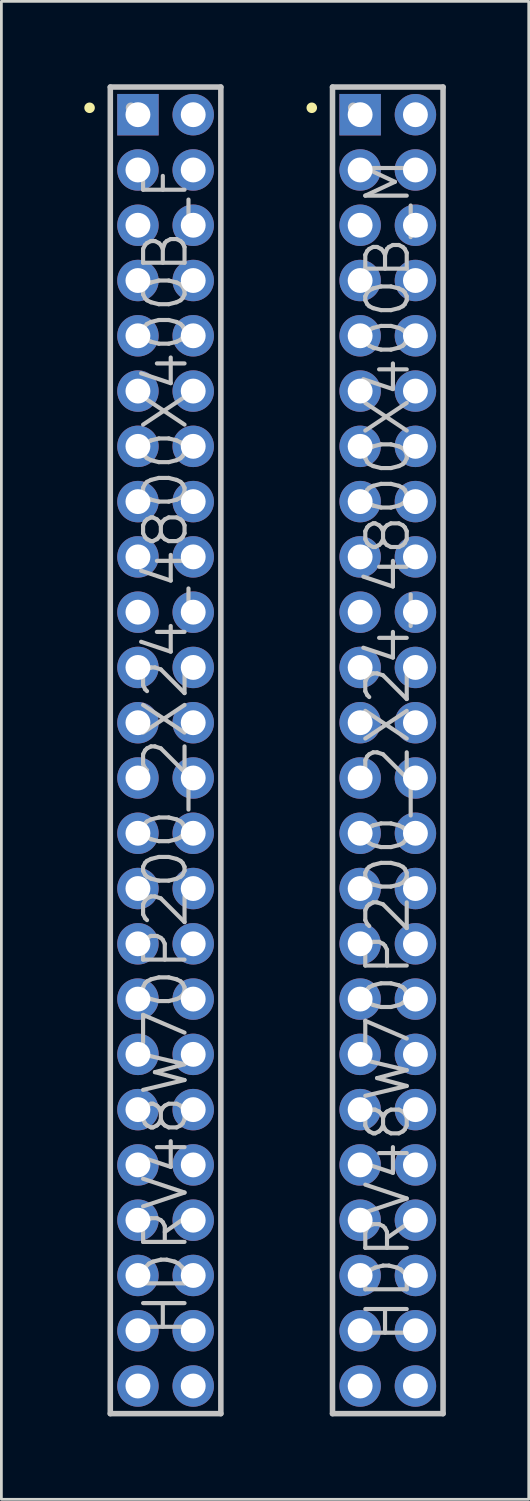
<source format=kicad_pcb>
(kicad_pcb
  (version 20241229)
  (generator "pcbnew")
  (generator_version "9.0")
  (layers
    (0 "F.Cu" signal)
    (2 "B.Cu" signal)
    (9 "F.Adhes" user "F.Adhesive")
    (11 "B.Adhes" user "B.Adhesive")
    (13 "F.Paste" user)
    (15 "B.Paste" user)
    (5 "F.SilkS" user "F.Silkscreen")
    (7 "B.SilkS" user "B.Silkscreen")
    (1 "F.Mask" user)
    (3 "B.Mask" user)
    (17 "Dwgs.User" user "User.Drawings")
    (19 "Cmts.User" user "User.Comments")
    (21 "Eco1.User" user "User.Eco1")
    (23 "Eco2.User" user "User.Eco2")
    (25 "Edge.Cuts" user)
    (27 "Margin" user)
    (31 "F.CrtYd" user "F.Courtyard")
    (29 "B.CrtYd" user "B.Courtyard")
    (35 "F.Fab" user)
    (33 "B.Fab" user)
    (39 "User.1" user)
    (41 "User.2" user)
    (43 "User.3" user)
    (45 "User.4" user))
  (footprint "HDRV48W70P200_2X24_4800X400B_F"
    (layer "F.Cu")
    (at 2.941 24.1)
    (property "Reference" "HDRV48W70P200_2X24_4800X400B_F" (at 0 0 90) (layer "Dwgs.User") (effects (font (size 1.5 1.5) (thickness 0.15))))
    (attr through_hole)
    (fp_line (start -2.75 -23.25) (end -2.75 -23.25) (stroke (width 0.381) (type solid)) (layer "F.SilkS"))
    (fp_line (start -2 -24) (end -2 24) (stroke (width 0.2) (type solid)) (layer "Dwgs.User"))
    (fp_line (start -2 -24) (end 2 -24) (stroke (width 0.2) (type solid)) (layer "Dwgs.User"))
    (fp_line (start -2 24) (end 2 24) (stroke (width 0.2) (type solid)) (layer "Dwgs.User"))
    (fp_line (start -1.25 -23.25) (end -1.25 -23.25) (stroke (width 0.381) (type solid)) (layer "Dwgs.User"))
    (fp_line (start 2 -24) (end 2 24) (stroke (width 0.2) (type solid)) (layer "Dwgs.User"))
    (pad "1" thru_hole rect (at -1 -23) (size 1.5 1.5) (drill 0.9) (layers "*.Cu" "*.Mask"))
    (pad "2" thru_hole circle (at 1 -23 270) (size 1.5 1.5) (drill 0.9) (layers "*.Cu" "*.Mask"))
    (pad "3" thru_hole circle (at -1 -21 270) (size 1.5 1.5) (drill 0.9) (layers "*.Cu" "*.Mask"))
    (pad "4" thru_hole circle (at 1 -21 270) (size 1.5 1.5) (drill 0.9) (layers "*.Cu" "*.Mask"))
    (pad "5" thru_hole circle (at -1 -19 270) (size 1.5 1.5) (drill 0.9) (layers "*.Cu" "*.Mask"))
    (pad "6" thru_hole circle (at 1 -19 270) (size 1.5 1.5) (drill 0.9) (layers "*.Cu" "*.Mask"))
    (pad "7" thru_hole circle (at -1 -17 270) (size 1.5 1.5) (drill 0.9) (layers "*.Cu" "*.Mask"))
    (pad "8" thru_hole circle (at 1 -17 270) (size 1.5 1.5) (drill 0.9) (layers "*.Cu" "*.Mask"))
    (pad "9" thru_hole circle (at -1 -15 270) (size 1.5 1.5) (drill 0.9) (layers "*.Cu" "*.Mask"))
    (pad "10" thru_hole circle (at 1 -15 270) (size 1.5 1.5) (drill 0.9) (layers "*.Cu" "*.Mask"))
    (pad "11" thru_hole circle (at -1 -13 270) (size 1.5 1.5) (drill 0.9) (layers "*.Cu" "*.Mask"))
    (pad "12" thru_hole circle (at 1 -13 270) (size 1.5 1.5) (drill 0.9) (layers "*.Cu" "*.Mask"))
    (pad "13" thru_hole circle (at -1 -11 270) (size 1.5 1.5) (drill 0.9) (layers "*.Cu" "*.Mask"))
    (pad "14" thru_hole circle (at 1 -11 270) (size 1.5 1.5) (drill 0.9) (layers "*.Cu" "*.Mask"))
    (pad "15" thru_hole circle (at -1 -9 270) (size 1.5 1.5) (drill 0.9) (layers "*.Cu" "*.Mask"))
    (pad "16" thru_hole circle (at 1 -9 270) (size 1.5 1.5) (drill 0.9) (layers "*.Cu" "*.Mask"))
    (pad "17" thru_hole circle (at -1 -7 270) (size 1.5 1.5) (drill 0.9) (layers "*.Cu" "*.Mask"))
    (pad "18" thru_hole circle (at 1 -7 270) (size 1.5 1.5) (drill 0.9) (layers "*.Cu" "*.Mask"))
    (pad "19" thru_hole circle (at -1 -5 270) (size 1.5 1.5) (drill 0.9) (layers "*.Cu" "*.Mask"))
    (pad "20" thru_hole circle (at 1 -5 270) (size 1.5 1.5) (drill 0.9) (layers "*.Cu" "*.Mask"))
    (pad "21" thru_hole circle (at -1 -3 270) (size 1.5 1.5) (drill 0.9) (layers "*.Cu" "*.Mask"))
    (pad "22" thru_hole circle (at 1 -3 270) (size 1.5 1.5) (drill 0.9) (layers "*.Cu" "*.Mask"))
    (pad "23" thru_hole circle (at -1 -1 270) (size 1.5 1.5) (drill 0.9) (layers "*.Cu" "*.Mask"))
    (pad "24" thru_hole circle (at 1 -1 270) (size 1.5 1.5) (drill 0.9) (layers "*.Cu" "*.Mask"))
    (pad "25" thru_hole circle (at -1 1 270) (size 1.5 1.5) (drill 0.9) (layers "*.Cu" "*.Mask"))
    (pad "26" thru_hole circle (at 1 1 270) (size 1.5 1.5) (drill 0.9) (layers "*.Cu" "*.Mask"))
    (pad "27" thru_hole circle (at -1 3 270) (size 1.5 1.5) (drill 0.9) (layers "*.Cu" "*.Mask"))
    (pad "28" thru_hole circle (at 1 3 270) (size 1.5 1.5) (drill 0.9) (layers "*.Cu" "*.Mask"))
    (pad "29" thru_hole circle (at -1 5 270) (size 1.5 1.5) (drill 0.9) (layers "*.Cu" "*.Mask"))
    (pad "30" thru_hole circle (at 1 5 270) (size 1.5 1.5) (drill 0.9) (layers "*.Cu" "*.Mask"))
    (pad "31" thru_hole circle (at -1 7 270) (size 1.5 1.5) (drill 0.9) (layers "*.Cu" "*.Mask"))
    (pad "32" thru_hole circle (at 1 7 270) (size 1.5 1.5) (drill 0.9) (layers "*.Cu" "*.Mask"))
    (pad "33" thru_hole circle (at -1 9 270) (size 1.5 1.5) (drill 0.9) (layers "*.Cu" "*.Mask"))
    (pad "34" thru_hole circle (at 1 9 270) (size 1.5 1.5) (drill 0.9) (layers "*.Cu" "*.Mask"))
    (pad "35" thru_hole circle (at -1 11 270) (size 1.5 1.5) (drill 0.9) (layers "*.Cu" "*.Mask"))
    (pad "36" thru_hole circle (at 1 11 270) (size 1.5 1.5) (drill 0.9) (layers "*.Cu" "*.Mask"))
    (pad "37" thru_hole circle (at -1 13 270) (size 1.5 1.5) (drill 0.9) (layers "*.Cu" "*.Mask"))
    (pad "38" thru_hole circle (at 1 13 270) (size 1.5 1.5) (drill 0.9) (layers "*.Cu" "*.Mask"))
    (pad "39" thru_hole circle (at -1 15 270) (size 1.5 1.5) (drill 0.9) (layers "*.Cu" "*.Mask"))
    (pad "40" thru_hole circle (at 1 15 270) (size 1.5 1.5) (drill 0.9) (layers "*.Cu" "*.Mask"))
    (pad "41" thru_hole circle (at -1 17 270) (size 1.5 1.5) (drill 0.9) (layers "*.Cu" "*.Mask"))
    (pad "42" thru_hole circle (at 1 17 270) (size 1.5 1.5) (drill 0.9) (layers "*.Cu" "*.Mask"))
    (pad "43" thru_hole circle (at -1 19 270) (size 1.5 1.5) (drill 0.9) (layers "*.Cu" "*.Mask"))
    (pad "44" thru_hole circle (at 1 19 270) (size 1.5 1.5) (drill 0.9) (layers "*.Cu" "*.Mask"))
    (pad "45" thru_hole circle (at -1 21 270) (size 1.5 1.5) (drill 0.9) (layers "*.Cu" "*.Mask"))
    (pad "46" thru_hole circle (at 1 21 270) (size 1.5 1.5) (drill 0.9) (layers "*.Cu" "*.Mask"))
    (pad "47" thru_hole circle (at -1 23 270) (size 1.5 1.5) (drill 0.9) (layers "*.Cu" "*.Mask"))
    (pad "48" thru_hole circle (at 1 23 270) (size 1.5 1.5) (drill 0.9) (layers "*.Cu" "*.Mask")))
  (footprint "HDRV48W70P200_2X24_4800X400B_M"
    (layer "F.Cu")
    (at 10.981 24.1)
    (property "Reference" "HDRV48W70P200_2X24_4800X400B_M" (at 0 0 90) (layer "Dwgs.User") (effects (font (size 1.5 1.5) (thickness 0.15))))
    (attr through_hole)
    (fp_line (start -2.75 -23.25) (end -2.75 -23.25) (stroke (width 0.381) (type solid)) (layer "F.SilkS"))
    (fp_line (start -2 -24) (end -2 24) (stroke (width 0.2) (type solid)) (layer "Dwgs.User"))
    (fp_line (start -2 -24) (end 2 -24) (stroke (width 0.2) (type solid)) (layer "Dwgs.User"))
    (fp_line (start -2 24) (end 2 24) (stroke (width 0.2) (type solid)) (layer "Dwgs.User"))
    (fp_line (start -1.25 -23.25) (end -1.25 -23.25) (stroke (width 0.381) (type solid)) (layer "Dwgs.User"))
    (fp_line (start 2 -24) (end 2 24) (stroke (width 0.2) (type solid)) (layer "Dwgs.User"))
    (pad "1" thru_hole rect (at -1 -23) (size 1.5 1.5) (drill 0.9) (layers "*.Cu" "*.Mask"))
    (pad "2" thru_hole circle (at 1 -23 270) (size 1.5 1.5) (drill 0.9) (layers "*.Cu" "*.Mask"))
    (pad "3" thru_hole circle (at -1 -21 270) (size 1.5 1.5) (drill 0.9) (layers "*.Cu" "*.Mask"))
    (pad "4" thru_hole circle (at 1 -21 270) (size 1.5 1.5) (drill 0.9) (layers "*.Cu" "*.Mask"))
    (pad "5" thru_hole circle (at -1 -19 270) (size 1.5 1.5) (drill 0.9) (layers "*.Cu" "*.Mask"))
    (pad "6" thru_hole circle (at 1 -19 270) (size 1.5 1.5) (drill 0.9) (layers "*.Cu" "*.Mask"))
    (pad "7" thru_hole circle (at -1 -17 270) (size 1.5 1.5) (drill 0.9) (layers "*.Cu" "*.Mask"))
    (pad "8" thru_hole circle (at 1 -17 270) (size 1.5 1.5) (drill 0.9) (layers "*.Cu" "*.Mask"))
    (pad "9" thru_hole circle (at -1 -15 270) (size 1.5 1.5) (drill 0.9) (layers "*.Cu" "*.Mask"))
    (pad "10" thru_hole circle (at 1 -15 270) (size 1.5 1.5) (drill 0.9) (layers "*.Cu" "*.Mask"))
    (pad "11" thru_hole circle (at -1 -13 270) (size 1.5 1.5) (drill 0.9) (layers "*.Cu" "*.Mask"))
    (pad "12" thru_hole circle (at 1 -13 270) (size 1.5 1.5) (drill 0.9) (layers "*.Cu" "*.Mask"))
    (pad "13" thru_hole circle (at -1 -11 270) (size 1.5 1.5) (drill 0.9) (layers "*.Cu" "*.Mask"))
    (pad "14" thru_hole circle (at 1 -11 270) (size 1.5 1.5) (drill 0.9) (layers "*.Cu" "*.Mask"))
    (pad "15" thru_hole circle (at -1 -9 270) (size 1.5 1.5) (drill 0.9) (layers "*.Cu" "*.Mask"))
    (pad "16" thru_hole circle (at 1 -9 270) (size 1.5 1.5) (drill 0.9) (layers "*.Cu" "*.Mask"))
    (pad "17" thru_hole circle (at -1 -7 270) (size 1.5 1.5) (drill 0.9) (layers "*.Cu" "*.Mask"))
    (pad "18" thru_hole circle (at 1 -7 270) (size 1.5 1.5) (drill 0.9) (layers "*.Cu" "*.Mask"))
    (pad "19" thru_hole circle (at -1 -5 270) (size 1.5 1.5) (drill 0.9) (layers "*.Cu" "*.Mask"))
    (pad "20" thru_hole circle (at 1 -5 270) (size 1.5 1.5) (drill 0.9) (layers "*.Cu" "*.Mask"))
    (pad "21" thru_hole circle (at -1 -3 270) (size 1.5 1.5) (drill 0.9) (layers "*.Cu" "*.Mask"))
    (pad "22" thru_hole circle (at 1 -3 270) (size 1.5 1.5) (drill 0.9) (layers "*.Cu" "*.Mask"))
    (pad "23" thru_hole circle (at -1 -1 270) (size 1.5 1.5) (drill 0.9) (layers "*.Cu" "*.Mask"))
    (pad "24" thru_hole circle (at 1 -1 270) (size 1.5 1.5) (drill 0.9) (layers "*.Cu" "*.Mask"))
    (pad "25" thru_hole circle (at -1 1 270) (size 1.5 1.5) (drill 0.9) (layers "*.Cu" "*.Mask"))
    (pad "26" thru_hole circle (at 1 1 270) (size 1.5 1.5) (drill 0.9) (layers "*.Cu" "*.Mask"))
    (pad "27" thru_hole circle (at -1 3 270) (size 1.5 1.5) (drill 0.9) (layers "*.Cu" "*.Mask"))
    (pad "28" thru_hole circle (at 1 3 270) (size 1.5 1.5) (drill 0.9) (layers "*.Cu" "*.Mask"))
    (pad "29" thru_hole circle (at -1 5 270) (size 1.5 1.5) (drill 0.9) (layers "*.Cu" "*.Mask"))
    (pad "30" thru_hole circle (at 1 5 270) (size 1.5 1.5) (drill 0.9) (layers "*.Cu" "*.Mask"))
    (pad "31" thru_hole circle (at -1 7 270) (size 1.5 1.5) (drill 0.9) (layers "*.Cu" "*.Mask"))
    (pad "32" thru_hole circle (at 1 7 270) (size 1.5 1.5) (drill 0.9) (layers "*.Cu" "*.Mask"))
    (pad "33" thru_hole circle (at -1 9 270) (size 1.5 1.5) (drill 0.9) (layers "*.Cu" "*.Mask"))
    (pad "34" thru_hole circle (at 1 9 270) (size 1.5 1.5) (drill 0.9) (layers "*.Cu" "*.Mask"))
    (pad "35" thru_hole circle (at -1 11 270) (size 1.5 1.5) (drill 0.9) (layers "*.Cu" "*.Mask"))
    (pad "36" thru_hole circle (at 1 11 270) (size 1.5 1.5) (drill 0.9) (layers "*.Cu" "*.Mask"))
    (pad "37" thru_hole circle (at -1 13 270) (size 1.5 1.5) (drill 0.9) (layers "*.Cu" "*.Mask"))
    (pad "38" thru_hole circle (at 1 13 270) (size 1.5 1.5) (drill 0.9) (layers "*.Cu" "*.Mask"))
    (pad "39" thru_hole circle (at -1 15 270) (size 1.5 1.5) (drill 0.9) (layers "*.Cu" "*.Mask"))
    (pad "40" thru_hole circle (at 1 15 270) (size 1.5 1.5) (drill 0.9) (layers "*.Cu" "*.Mask"))
    (pad "41" thru_hole circle (at -1 17 270) (size 1.5 1.5) (drill 0.9) (layers "*.Cu" "*.Mask"))
    (pad "42" thru_hole circle (at 1 17 270) (size 1.5 1.5) (drill 0.9) (layers "*.Cu" "*.Mask"))
    (pad "43" thru_hole circle (at -1 19 270) (size 1.5 1.5) (drill 0.9) (layers "*.Cu" "*.Mask"))
    (pad "44" thru_hole circle (at 1 19 270) (size 1.5 1.5) (drill 0.9) (layers "*.Cu" "*.Mask"))
    (pad "45" thru_hole circle (at -1 21 270) (size 1.5 1.5) (drill 0.9) (layers "*.Cu" "*.Mask"))
    (pad "46" thru_hole circle (at 1 21 270) (size 1.5 1.5) (drill 0.9) (layers "*.Cu" "*.Mask"))
    (pad "47" thru_hole circle (at -1 23 270) (size 1.5 1.5) (drill 0.9) (layers "*.Cu" "*.Mask"))
    (pad "48" thru_hole circle (at 1 23 270) (size 1.5 1.5) (drill 0.9) (layers "*.Cu" "*.Mask")))
  (gr_rect
    (start -3 -3)
    (end 16.081 51.2)
    (stroke (width 0.1) (type default))
    (fill no)
    (layer "Edge.Cuts")))
</source>
